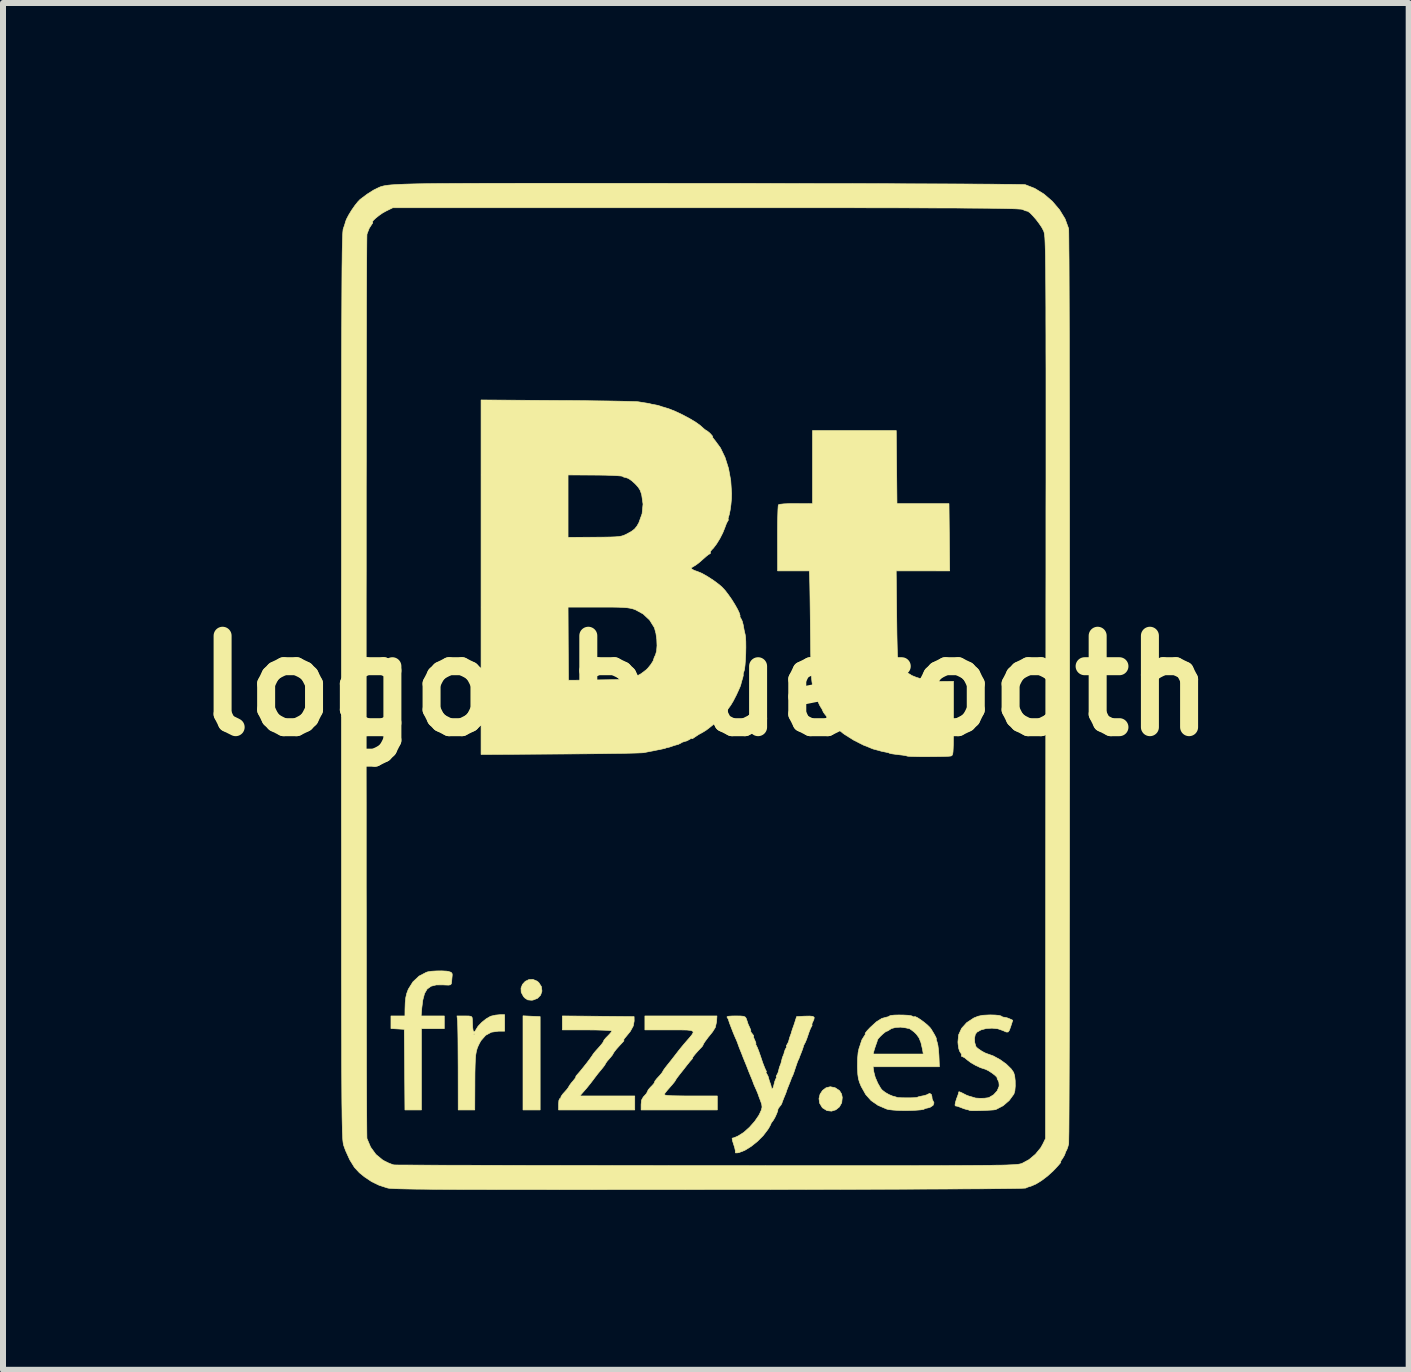
<source format=kicad_pcb>
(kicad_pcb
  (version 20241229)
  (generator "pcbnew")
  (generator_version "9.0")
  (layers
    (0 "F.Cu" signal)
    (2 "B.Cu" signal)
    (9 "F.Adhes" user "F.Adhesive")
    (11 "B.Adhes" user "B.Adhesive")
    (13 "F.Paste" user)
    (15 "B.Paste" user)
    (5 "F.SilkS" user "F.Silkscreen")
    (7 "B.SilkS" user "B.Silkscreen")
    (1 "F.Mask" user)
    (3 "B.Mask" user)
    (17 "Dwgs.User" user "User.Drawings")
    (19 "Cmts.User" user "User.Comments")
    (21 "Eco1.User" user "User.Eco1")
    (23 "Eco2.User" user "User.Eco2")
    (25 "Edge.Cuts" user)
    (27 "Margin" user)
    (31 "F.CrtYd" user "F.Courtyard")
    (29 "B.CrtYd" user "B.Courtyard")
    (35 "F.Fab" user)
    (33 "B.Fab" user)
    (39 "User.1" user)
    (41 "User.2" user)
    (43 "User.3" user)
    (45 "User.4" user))
  (footprint "logo_bluetooth"
    (layer "F.Cu")
    (at 8.716 8.382)
    (property "Reference" "logo_bluetooth" (at 0 0 0) (layer "F.SilkS") (effects (font (size 1.524 1.524) (thickness 0.3))))
    (attr through_hole)
    (fp_poly (pts (xy -2.905 5.508) (xy -2.762 5.514) (xy -2.762 6.292) (xy -2.762 7.07) (xy -3.048 7.07) (xy -3.048 5.501) (xy -2.905 5.508)) (stroke (width 0.01) (type solid)) (fill yes) (layer "F.SilkS"))
    (fp_poly (pts (xy -2.813 4.923) (xy -2.786 4.945) (xy -2.741 5.015) (xy -2.732 5.089) (xy -2.755 5.157) (xy -2.807 5.21) (xy -2.883 5.239) (xy -2.91 5.241) (xy -2.97 5.235) (xy -3.018 5.203) (xy -3.04 5.179) (xy -3.078 5.108) (xy -3.081 5.039) (xy -3.056 4.976) (xy -3.01 4.926) (xy -2.95 4.897) (xy -2.882 4.894) (xy -2.813 4.923)) (stroke (width 0.01) (type solid)) (fill yes) (layer "F.SilkS"))
    (fp_poly (pts (xy 2.152 6.699) (xy 2.16 6.703) (xy 2.228 6.748) (xy 2.263 6.805) (xy 2.274 6.862) (xy 2.265 6.95) (xy 2.226 7.02) (xy 2.166 7.068) (xy 2.095 7.09) (xy 2.019 7.081) (xy 1.949 7.038) (xy 1.939 7.028) (xy 1.896 6.956) (xy 1.886 6.88) (xy 1.904 6.807) (xy 1.945 6.745) (xy 2.003 6.701) (xy 2.074 6.683) (xy 2.152 6.699)) (stroke (width 0.01) (type solid)) (fill yes) (layer "F.SilkS"))
    (fp_poly (pts (xy -4.324 4.756) (xy -4.295 4.76) (xy -4.246 4.776) (xy -4.228 4.801) (xy -4.228 4.827) (xy -4.234 4.89) (xy -4.238 4.936) (xy -4.243 4.967) (xy -4.256 4.983) (xy -4.287 4.989) (xy -4.347 4.987) (xy -4.382 4.985) (xy -4.495 4.986) (xy -4.581 5.008) (xy -4.645 5.054) (xy -4.689 5.129) (xy -4.718 5.238) (xy -4.735 5.371) (xy -4.746 5.503) (xy -4.36 5.503) (xy -4.36 5.715) (xy -4.741 5.715) (xy -4.741 7.07) (xy -5.016 7.07) (xy -5.021 6.398) (xy -5.027 5.726) (xy -5.249 5.713) (xy -5.249 5.503) (xy -5.016 5.503) (xy -5.015 5.392) (xy -5.011 5.28) (xy -5.002 5.196) (xy -4.986 5.128) (xy -4.961 5.061) (xy -4.958 5.055) (xy -4.883 4.935) (xy -4.781 4.839) (xy -4.66 4.776) (xy -4.636 4.768) (xy -4.575 4.758) (xy -4.491 4.753) (xy -4.402 4.752) (xy -4.324 4.756)) (stroke (width 0.01) (type solid)) (fill yes) (layer "F.SilkS"))
    (fp_poly (pts (xy -3.354 5.757) (xy -3.455 5.757) (xy -3.575 5.774) (xy -3.671 5.826) (xy -3.748 5.914) (xy -3.772 5.956) (xy -3.795 6.003) (xy -3.813 6.048) (xy -3.826 6.097) (xy -3.836 6.155) (xy -3.842 6.23) (xy -3.846 6.326) (xy -3.849 6.451) (xy -3.85 6.611) (xy -3.85 6.662) (xy -3.852 7.07) (xy -4.128 7.07) (xy -4.129 6.366) (xy -4.13 6.194) (xy -4.131 6.032) (xy -4.132 5.886) (xy -4.133 5.81) (xy -3.873 5.81) (xy -3.863 5.821) (xy -3.852 5.81) (xy -3.863 5.8) (xy -3.873 5.81) (xy -4.133 5.81) (xy -4.134 5.762) (xy -4.136 5.666) (xy -4.138 5.603) (xy -4.139 5.583) (xy -4.148 5.503) (xy -4.021 5.503) (xy -3.951 5.504) (xy -3.913 5.51) (xy -3.897 5.526) (xy -3.892 5.558) (xy -3.892 5.567) (xy -3.889 5.638) (xy -3.887 5.692) (xy -3.879 5.749) (xy -3.863 5.77) (xy -3.842 5.752) (xy -3.834 5.734) (xy -3.797 5.675) (xy -3.735 5.61) (xy -3.663 5.552) (xy -3.593 5.511) (xy -3.579 5.506) (xy -3.505 5.489) (xy -3.431 5.482) (xy -3.354 5.482) (xy -3.354 5.757)) (stroke (width 0.01) (type solid)) (fill yes) (layer "F.SilkS"))
    (fp_poly (pts (xy 0.179 5.599) (xy 0.158 5.694) (xy 0.113 5.767) (xy 0.037 5.861) (xy -0.014 5.93) (xy -0.04 5.97) (xy -0.043 5.98) (xy -0.054 6.003) (xy -0.068 6.02) (xy -0.123 6.078) (xy -0.172 6.133) (xy -0.207 6.176) (xy -0.222 6.2) (xy -0.221 6.202) (xy -0.223 6.214) (xy -0.237 6.23) (xy -0.267 6.264) (xy -0.308 6.315) (xy -0.318 6.327) (xy -0.364 6.387) (xy -0.419 6.456) (xy -0.439 6.481) (xy -0.478 6.532) (xy -0.503 6.569) (xy -0.508 6.58) (xy -0.522 6.601) (xy -0.557 6.644) (xy -0.598 6.691) (xy -0.646 6.746) (xy -0.681 6.79) (xy -0.693 6.812) (xy -0.682 6.821) (xy -0.643 6.828) (xy -0.572 6.833) (xy -0.467 6.835) (xy -0.323 6.837) (xy -0.254 6.837) (xy 0.191 6.837) (xy 0.191 7.07) (xy -1.079 7.07) (xy -1.079 6.978) (xy -1.072 6.906) (xy -1.043 6.854) (xy -1.027 6.837) (xy -0.991 6.797) (xy -0.974 6.765) (xy -0.974 6.763) (xy -0.96 6.734) (xy -0.924 6.692) (xy -0.91 6.678) (xy -0.873 6.639) (xy -0.856 6.613) (xy -0.856 6.608) (xy -0.849 6.589) (xy -0.819 6.55) (xy -0.793 6.522) (xy -0.751 6.475) (xy -0.724 6.441) (xy -0.72 6.431) (xy -0.707 6.408) (xy -0.676 6.365) (xy -0.651 6.333) (xy -0.582 6.247) (xy -0.519 6.166) (xy -0.459 6.088) (xy -0.42 6.039) (xy -0.366 5.974) (xy -0.324 5.925) (xy -0.268 5.861) (xy -0.23 5.814) (xy -0.211 5.78) (xy -0.217 5.758) (xy -0.249 5.745) (xy -0.313 5.738) (xy -0.41 5.736) (xy -0.545 5.736) (xy -0.603 5.736) (xy -1.016 5.736) (xy -1.016 5.503) (xy 0.185 5.503) (xy 0.179 5.599)) (stroke (width 0.01) (type solid)) (fill yes) (layer "F.SilkS"))
    (fp_poly (pts (xy -1.196 5.514) (xy -1.195 5.588) (xy -1.21 5.67) (xy -1.259 5.76) (xy -1.33 5.847) (xy -1.361 5.884) (xy -1.37 5.904) (xy -1.368 5.905) (xy -1.366 5.918) (xy -1.38 5.934) (xy -1.438 5.997) (xy -1.49 6.055) (xy -1.527 6.102) (xy -1.543 6.128) (xy -1.544 6.129) (xy -1.555 6.151) (xy -1.587 6.191) (xy -1.607 6.214) (xy -1.646 6.259) (xy -1.669 6.292) (xy -1.672 6.299) (xy -1.685 6.322) (xy -1.717 6.365) (xy -1.741 6.394) (xy -1.798 6.463) (xy -1.857 6.54) (xy -1.873 6.562) (xy -1.926 6.631) (xy -1.988 6.708) (xy -2.019 6.743) (xy -2.101 6.837) (xy -1.185 6.837) (xy -1.185 7.07) (xy -2.455 7.07) (xy -2.455 6.974) (xy -2.45 6.912) (xy -2.436 6.881) (xy -2.431 6.879) (xy -2.416 6.871) (xy -2.419 6.866) (xy -2.413 6.845) (xy -2.385 6.805) (xy -2.359 6.776) (xy -2.317 6.729) (xy -2.291 6.694) (xy -2.286 6.684) (xy -2.273 6.661) (xy -2.241 6.618) (xy -2.22 6.594) (xy -2.185 6.551) (xy -2.167 6.524) (xy -2.168 6.519) (xy -2.165 6.506) (xy -2.139 6.475) (xy -2.136 6.472) (xy -2.098 6.428) (xy -2.045 6.363) (xy -1.987 6.29) (xy -1.935 6.221) (xy -1.898 6.169) (xy -1.894 6.163) (xy -1.88 6.141) (xy -1.862 6.117) (xy -1.834 6.084) (xy -1.787 6.032) (xy -1.764 6.006) (xy -1.726 5.96) (xy -1.706 5.929) (xy -1.705 5.922) (xy -1.696 5.904) (xy -1.665 5.867) (xy -1.64 5.842) (xy -1.597 5.797) (xy -1.57 5.763) (xy -1.566 5.753) (xy -1.586 5.748) (xy -1.642 5.743) (xy -1.728 5.74) (xy -1.837 5.737) (xy -1.962 5.736) (xy -1.979 5.736) (xy -2.392 5.736) (xy -2.392 5.503) (xy -1.196 5.514)) (stroke (width 0.01) (type solid)) (fill yes) (layer "F.SilkS"))
    (fp_poly (pts (xy 4.821 5.488) (xy 4.884 5.494) (xy 4.919 5.503) (xy 4.922 5.505) (xy 4.951 5.522) (xy 4.971 5.524) (xy 5.018 5.533) (xy 5.062 5.55) (xy 5.116 5.575) (xy 5.083 5.677) (xy 5.06 5.742) (xy 5.038 5.771) (xy 5.006 5.771) (xy 4.953 5.747) (xy 4.953 5.747) (xy 4.867 5.717) (xy 4.77 5.707) (xy 4.673 5.713) (xy 4.586 5.736) (xy 4.52 5.773) (xy 4.492 5.809) (xy 4.479 5.872) (xy 4.482 5.945) (xy 4.5 6.008) (xy 4.511 6.025) (xy 4.545 6.053) (xy 4.598 6.089) (xy 4.651 6.118) (xy 4.678 6.129) (xy 4.79 6.169) (xy 4.904 6.231) (xy 5.007 6.305) (xy 5.089 6.385) (xy 5.131 6.445) (xy 5.148 6.503) (xy 5.157 6.584) (xy 5.158 6.672) (xy 5.151 6.752) (xy 5.135 6.805) (xy 5.057 6.912) (xy 4.955 7) (xy 4.842 7.059) (xy 4.826 7.065) (xy 4.792 7.07) (xy 4.73 7.074) (xy 4.652 7.078) (xy 4.569 7.081) (xy 4.491 7.082) (xy 4.431 7.082) (xy 4.399 7.079) (xy 4.397 7.078) (xy 4.373 7.068) (xy 4.348 7.063) (xy 4.3 7.049) (xy 4.244 7.027) (xy 4.195 7.009) (xy 4.163 7.003) (xy 4.162 7.004) (xy 4.153 6.99) (xy 4.16 6.946) (xy 4.18 6.88) (xy 4.195 6.843) (xy 4.211 6.796) (xy 4.216 6.768) (xy 4.23 6.768) (xy 4.269 6.785) (xy 4.288 6.795) (xy 4.345 6.824) (xy 4.391 6.841) (xy 4.399 6.843) (xy 4.442 6.855) (xy 4.456 6.86) (xy 4.499 6.872) (xy 4.567 6.876) (xy 4.641 6.875) (xy 4.703 6.867) (xy 4.721 6.862) (xy 4.797 6.817) (xy 4.856 6.752) (xy 4.887 6.68) (xy 4.889 6.655) (xy 4.884 6.604) (xy 4.869 6.573) (xy 4.868 6.572) (xy 4.855 6.547) (xy 4.858 6.54) (xy 4.848 6.52) (xy 4.813 6.487) (xy 4.762 6.449) (xy 4.707 6.414) (xy 4.659 6.391) (xy 4.642 6.386) (xy 4.577 6.365) (xy 4.496 6.327) (xy 4.417 6.281) (xy 4.357 6.236) (xy 4.356 6.235) (xy 4.312 6.199) (xy 4.277 6.181) (xy 4.273 6.181) (xy 4.258 6.172) (xy 4.261 6.167) (xy 4.262 6.141) (xy 4.25 6.122) (xy 4.229 6.089) (xy 4.215 6.044) (xy 4.205 5.975) (xy 4.202 5.937) (xy 4.213 5.819) (xy 4.263 5.71) (xy 4.348 5.615) (xy 4.465 5.538) (xy 4.471 5.535) (xy 4.539 5.508) (xy 4.613 5.492) (xy 4.707 5.487) (xy 4.741 5.486) (xy 4.821 5.488)) (stroke (width 0.01) (type solid)) (fill yes) (layer "F.SilkS"))
    (fp_poly (pts (xy 3.18 -3.646) (xy 3.186 -3.037) (xy 4.053 -3.037) (xy 4.059 -2.476) (xy 4.065 -1.915) (xy 3.619 -1.916) (xy 3.173 -1.916) (xy 3.181 -1.196) (xy 3.183 -1.025) (xy 3.185 -0.866) (xy 3.188 -0.725) (xy 3.191 -0.607) (xy 3.194 -0.518) (xy 3.197 -0.462) (xy 3.2 -0.445) (xy 3.229 -0.37) (xy 3.259 -0.318) (xy 3.3 -0.268) (xy 3.356 -0.22) (xy 3.425 -0.177) (xy 3.442 -0.168) (xy 3.504 -0.143) (xy 3.573 -0.121) (xy 3.637 -0.104) (xy 3.684 -0.096) (xy 3.704 -0.099) (xy 3.704 -0.1) (xy 3.718 -0.1) (xy 3.731 -0.091) (xy 3.763 -0.082) (xy 3.826 -0.076) (xy 3.908 -0.073) (xy 3.942 -0.073) (xy 4.128 -0.075) (xy 4.128 0.542) (xy 4.127 0.72) (xy 4.127 0.86) (xy 4.126 0.967) (xy 4.123 1.045) (xy 4.12 1.1) (xy 4.115 1.135) (xy 4.107 1.155) (xy 4.098 1.165) (xy 4.086 1.17) (xy 4.086 1.17) (xy 4.051 1.174) (xy 3.986 1.177) (xy 3.897 1.179) (xy 3.795 1.18) (xy 3.686 1.181) (xy 3.581 1.181) (xy 3.487 1.179) (xy 3.414 1.177) (xy 3.369 1.174) (xy 3.359 1.172) (xy 3.334 1.165) (xy 3.282 1.156) (xy 3.246 1.152) (xy 3.164 1.142) (xy 3.099 1.133) (xy 3.063 1.125) (xy 3.059 1.122) (xy 3.045 1.116) (xy 3.001 1.106) (xy 2.935 1.093) (xy 2.788 1.053) (xy 2.626 0.988) (xy 2.463 0.905) (xy 2.315 0.812) (xy 2.286 0.791) (xy 2.225 0.742) (xy 2.161 0.686) (xy 2.101 0.631) (xy 2.053 0.582) (xy 2.022 0.546) (xy 2.015 0.529) (xy 2.017 0.529) (xy 2.016 0.516) (xy 1.992 0.483) (xy 1.99 0.482) (xy 1.96 0.441) (xy 1.947 0.413) (xy 1.932 0.38) (xy 1.918 0.36) (xy 1.897 0.324) (xy 1.87 0.265) (xy 1.843 0.198) (xy 1.823 0.14) (xy 1.816 0.112) (xy 1.809 0.081) (xy 1.795 0.042) (xy 1.784 0.01) (xy 1.775 -0.026) (xy 1.768 -0.072) (xy 1.762 -0.131) (xy 1.757 -0.207) (xy 1.753 -0.306) (xy 1.75 -0.431) (xy 1.747 -0.586) (xy 1.745 -0.777) (xy 1.743 -0.921) (xy 1.741 -1.102) (xy 1.739 -1.274) (xy 1.737 -1.432) (xy 1.735 -1.569) (xy 1.733 -1.681) (xy 1.731 -1.76) (xy 1.73 -1.799) (xy 1.725 -1.916) (xy 1.196 -1.916) (xy 1.195 -2.455) (xy 1.195 -2.603) (xy 1.196 -2.737) (xy 1.199 -2.851) (xy 1.202 -2.94) (xy 1.206 -2.997) (xy 1.209 -3.017) (xy 1.237 -3.026) (xy 1.301 -3.033) (xy 1.396 -3.037) (xy 1.502 -3.037) (xy 1.778 -3.036) (xy 1.778 -4.255) (xy 3.174 -4.255) (xy 3.18 -3.646)) (stroke (width 0.01) (type solid)) (fill yes) (layer "F.SilkS"))
    (fp_poly (pts (xy 3.294 5.488) (xy 3.368 5.492) (xy 3.423 5.5) (xy 3.445 5.508) (xy 3.468 5.521) (xy 3.471 5.518) (xy 3.486 5.513) (xy 3.523 5.529) (xy 3.575 5.562) (xy 3.634 5.605) (xy 3.69 5.651) (xy 3.735 5.695) (xy 3.757 5.724) (xy 3.808 5.809) (xy 3.836 5.862) (xy 3.843 5.883) (xy 3.841 5.884) (xy 3.842 5.901) (xy 3.856 5.942) (xy 3.856 5.943) (xy 3.868 5.991) (xy 3.878 6.067) (xy 3.885 6.156) (xy 3.886 6.175) (xy 3.893 6.35) (xy 2.788 6.35) (xy 2.8 6.435) (xy 2.823 6.524) (xy 2.865 6.622) (xy 2.915 6.709) (xy 2.938 6.737) (xy 2.985 6.775) (xy 3.051 6.813) (xy 3.116 6.84) (xy 3.136 6.844) (xy 3.178 6.857) (xy 3.186 6.861) (xy 3.212 6.865) (xy 3.266 6.867) (xy 3.335 6.868) (xy 3.408 6.868) (xy 3.471 6.866) (xy 3.514 6.862) (xy 3.524 6.859) (xy 3.544 6.851) (xy 3.601 6.838) (xy 3.635 6.832) (xy 3.679 6.819) (xy 3.697 6.809) (xy 3.732 6.794) (xy 3.76 6.813) (xy 3.768 6.844) (xy 3.773 6.889) (xy 3.782 6.908) (xy 3.803 6.951) (xy 3.788 6.993) (xy 3.74 7.025) (xy 3.703 7.036) (xy 3.664 7.044) (xy 3.651 7.049) (xy 3.632 7.06) (xy 3.578 7.069) (xy 3.501 7.075) (xy 3.407 7.079) (xy 3.306 7.08) (xy 3.207 7.078) (xy 3.118 7.072) (xy 3.049 7.064) (xy 3.016 7.056) (xy 2.869 6.993) (xy 2.755 6.914) (xy 2.665 6.813) (xy 2.591 6.681) (xy 2.589 6.678) (xy 2.561 6.61) (xy 2.543 6.548) (xy 2.533 6.477) (xy 2.528 6.383) (xy 2.527 6.34) (xy 2.529 6.215) (xy 2.536 6.138) (xy 2.789 6.138) (xy 3.625 6.138) (xy 3.611 6.059) (xy 3.586 5.949) (xy 3.554 5.869) (xy 3.51 5.808) (xy 3.472 5.771) (xy 3.426 5.736) (xy 3.395 5.715) (xy 3.39 5.713) (xy 3.36 5.708) (xy 3.334 5.702) (xy 3.248 5.69) (xy 3.163 5.695) (xy 3.094 5.713) (xy 3.065 5.732) (xy 3.03 5.754) (xy 3.016 5.757) (xy 2.991 5.771) (xy 2.95 5.804) (xy 2.906 5.846) (xy 2.872 5.884) (xy 2.86 5.905) (xy 2.854 5.931) (xy 2.838 5.975) (xy 2.816 6.039) (xy 2.802 6.086) (xy 2.789 6.138) (xy 2.536 6.138) (xy 2.538 6.114) (xy 2.552 6.049) (xy 2.57 5.996) (xy 2.581 5.962) (xy 2.582 5.958) (xy 2.601 5.901) (xy 2.637 5.843) (xy 2.642 5.837) (xy 2.659 5.809) (xy 2.655 5.8) (xy 2.66 5.786) (xy 2.688 5.75) (xy 2.735 5.7) (xy 2.742 5.693) (xy 2.844 5.6) (xy 2.934 5.544) (xy 3.008 5.524) (xy 3.008 5.524) (xy 3.046 5.515) (xy 3.057 5.505) (xy 3.084 5.495) (xy 3.14 5.489) (xy 3.214 5.487) (xy 3.294 5.488)) (stroke (width 0.01) (type solid)) (fill yes) (layer "F.SilkS"))
    (fp_poly (pts (xy 0.578 5.504) (xy 0.629 5.509) (xy 0.656 5.521) (xy 0.671 5.541) (xy 0.675 5.551) (xy 0.69 5.594) (xy 0.696 5.615) (xy 0.706 5.643) (xy 0.728 5.69) (xy 0.73 5.694) (xy 0.748 5.736) (xy 0.75 5.757) (xy 0.749 5.757) (xy 0.75 5.77) (xy 0.773 5.8) (xy 0.796 5.83) (xy 0.796 5.842) (xy 0.795 5.858) (xy 0.811 5.898) (xy 0.815 5.905) (xy 0.833 5.948) (xy 0.835 5.969) (xy 0.834 5.969) (xy 0.833 5.982) (xy 0.841 5.995) (xy 0.857 6.027) (xy 0.881 6.087) (xy 0.909 6.167) (xy 0.921 6.202) (xy 0.949 6.286) (xy 0.976 6.355) (xy 0.995 6.4) (xy 1 6.408) (xy 1.011 6.431) (xy 1.005 6.435) (xy 1.003 6.447) (xy 1.013 6.463) (xy 1.037 6.508) (xy 1.044 6.532) (xy 1.059 6.586) (xy 1.067 6.608) (xy 1.084 6.657) (xy 1.088 6.676) (xy 1.099 6.716) (xy 1.114 6.715) (xy 1.129 6.676) (xy 1.134 6.654) (xy 1.149 6.594) (xy 1.166 6.551) (xy 1.17 6.546) (xy 1.18 6.523) (xy 1.175 6.519) (xy 1.172 6.507) (xy 1.181 6.492) (xy 1.202 6.451) (xy 1.214 6.408) (xy 1.227 6.357) (xy 1.238 6.329) (xy 1.252 6.293) (xy 1.262 6.251) (xy 1.275 6.2) (xy 1.286 6.172) (xy 1.302 6.132) (xy 1.307 6.108) (xy 1.324 6.059) (xy 1.337 6.039) (xy 1.349 6.016) (xy 1.344 6.011) (xy 1.341 5.999) (xy 1.352 5.983) (xy 1.376 5.938) (xy 1.383 5.914) (xy 1.398 5.86) (xy 1.406 5.838) (xy 1.423 5.792) (xy 1.427 5.775) (xy 1.441 5.73) (xy 1.446 5.715) (xy 1.461 5.675) (xy 1.481 5.616) (xy 1.486 5.599) (xy 1.513 5.514) (xy 1.638 5.507) (xy 1.729 5.505) (xy 1.783 5.51) (xy 1.806 5.526) (xy 1.803 5.556) (xy 1.789 5.588) (xy 1.77 5.63) (xy 1.768 5.651) (xy 1.769 5.652) (xy 1.771 5.664) (xy 1.762 5.678) (xy 1.744 5.712) (xy 1.721 5.771) (xy 1.704 5.821) (xy 1.681 5.888) (xy 1.66 5.939) (xy 1.65 5.958) (xy 1.631 5.994) (xy 1.629 6.001) (xy 1.621 6.03) (xy 1.607 6.071) (xy 1.585 6.128) (xy 1.566 6.175) (xy 1.557 6.201) (xy 1.557 6.202) (xy 1.546 6.228) (xy 1.542 6.234) (xy 1.529 6.264) (xy 1.509 6.321) (xy 1.492 6.371) (xy 1.47 6.438) (xy 1.451 6.49) (xy 1.442 6.509) (xy 1.428 6.537) (xy 1.427 6.54) (xy 1.418 6.567) (xy 1.398 6.618) (xy 1.372 6.683) (xy 1.361 6.71) (xy 1.346 6.751) (xy 1.343 6.763) (xy 1.332 6.794) (xy 1.31 6.847) (xy 1.303 6.863) (xy 1.282 6.917) (xy 1.269 6.953) (xy 1.268 6.958) (xy 1.254 6.985) (xy 1.231 7.014) (xy 1.207 7.046) (xy 1.201 7.061) (xy 1.198 7.086) (xy 1.18 7.134) (xy 1.155 7.189) (xy 1.128 7.237) (xy 1.112 7.259) (xy 1.089 7.29) (xy 1.085 7.303) (xy 1.075 7.325) (xy 1.05 7.37) (xy 1.032 7.398) (xy 0.955 7.499) (xy 0.859 7.595) (xy 0.755 7.678) (xy 0.65 7.743) (xy 0.555 7.78) (xy 0.53 7.785) (xy 0.495 7.786) (xy 0.491 7.778) (xy 0.492 7.752) (xy 0.481 7.7) (xy 0.465 7.65) (xy 0.446 7.59) (xy 0.438 7.55) (xy 0.44 7.54) (xy 0.467 7.534) (xy 0.516 7.514) (xy 0.539 7.503) (xy 0.631 7.445) (xy 0.726 7.36) (xy 0.814 7.261) (xy 0.882 7.162) (xy 0.895 7.137) (xy 0.925 7.072) (xy 0.937 7.023) (xy 0.931 6.974) (xy 0.908 6.909) (xy 0.896 6.879) (xy 0.881 6.838) (xy 0.877 6.826) (xy 0.866 6.795) (xy 0.844 6.742) (xy 0.834 6.72) (xy 0.81 6.667) (xy 0.795 6.631) (xy 0.793 6.625) (xy 0.784 6.599) (xy 0.765 6.55) (xy 0.742 6.495) (xy 0.726 6.456) (xy 0.712 6.422) (xy 0.709 6.413) (xy 0.698 6.385) (xy 0.679 6.336) (xy 0.657 6.282) (xy 0.641 6.244) (xy 0.628 6.21) (xy 0.624 6.202) (xy 0.614 6.175) (xy 0.595 6.126) (xy 0.573 6.072) (xy 0.557 6.032) (xy 0.542 5.991) (xy 0.538 5.98) (xy 0.527 5.948) (xy 0.505 5.895) (xy 0.495 5.874) (xy 0.472 5.82) (xy 0.457 5.784) (xy 0.455 5.779) (xy 0.445 5.753) (xy 0.427 5.707) (xy 0.426 5.704) (xy 0.396 5.626) (xy 0.381 5.581) (xy 0.378 5.567) (xy 0.366 5.543) (xy 0.355 5.53) (xy 0.353 5.516) (xy 0.377 5.508) (xy 0.433 5.504) (xy 0.495 5.503) (xy 0.578 5.504)) (stroke (width 0.01) (type solid)) (fill yes) (layer "F.SilkS"))
    (fp_poly (pts (xy -2.471 -4.756) (xy -2.241 -4.755) (xy -2.021 -4.753) (xy -1.816 -4.75) (xy -1.63 -4.748) (xy -1.467 -4.745) (xy -1.331 -4.742) (xy -1.225 -4.739) (xy -1.154 -4.737) (xy -1.122 -4.734) (xy -1.05 -4.722) (xy -0.984 -4.712) (xy -0.94 -4.704) (xy -0.921 -4.699) (xy -0.921 -4.699) (xy -0.902 -4.694) (xy -0.858 -4.686) (xy -0.857 -4.686) (xy -0.8 -4.675) (xy -0.762 -4.663) (xy -0.718 -4.648) (xy -0.705 -4.645) (xy -0.617 -4.618) (xy -0.507 -4.574) (xy -0.389 -4.518) (xy -0.272 -4.456) (xy -0.17 -4.395) (xy -0.094 -4.34) (xy -0.084 -4.331) (xy -0.036 -4.288) (xy -0.000377 -4.26) (xy 0.011 -4.255) (xy 0.032 -4.241) (xy 0.07 -4.208) (xy 0.076 -4.202) (xy 0.107 -4.167) (xy 0.115 -4.149) (xy 0.113 -4.149) (xy 0.116 -4.135) (xy 0.142 -4.102) (xy 0.152 -4.09) (xy 0.244 -3.965) (xy 0.32 -3.807) (xy 0.378 -3.624) (xy 0.415 -3.422) (xy 0.429 -3.21) (xy 0.429 -3.207) (xy 0.427 -3.118) (xy 0.418 -3.02) (xy 0.405 -2.927) (xy 0.39 -2.854) (xy 0.383 -2.831) (xy 0.371 -2.79) (xy 0.373 -2.773) (xy 0.374 -2.773) (xy 0.374 -2.76) (xy 0.365 -2.746) (xy 0.345 -2.71) (xy 0.323 -2.653) (xy 0.318 -2.638) (xy 0.282 -2.549) (xy 0.233 -2.453) (xy 0.178 -2.364) (xy 0.124 -2.293) (xy 0.098 -2.267) (xy 0.075 -2.237) (xy 0.076 -2.22) (xy 0.073 -2.202) (xy 0.068 -2.201) (xy 0.043 -2.188) (xy -0.001 -2.152) (xy -0.055 -2.104) (xy -0.117 -2.05) (xy -0.174 -2.008) (xy -0.21 -1.987) (xy -0.242 -1.967) (xy -0.236 -1.947) (xy -0.191 -1.923) (xy -0.138 -1.905) (xy -0.062 -1.873) (xy 0.031 -1.82) (xy 0.131 -1.755) (xy 0.223 -1.686) (xy 0.272 -1.643) (xy 0.321 -1.59) (xy 0.376 -1.518) (xy 0.433 -1.437) (xy 0.485 -1.353) (xy 0.529 -1.275) (xy 0.559 -1.211) (xy 0.571 -1.169) (xy 0.568 -1.158) (xy 0.574 -1.137) (xy 0.588 -1.117) (xy 0.607 -1.077) (xy 0.623 -1.015) (xy 0.627 -0.992) (xy 0.639 -0.925) (xy 0.652 -0.869) (xy 0.655 -0.857) (xy 0.662 -0.813) (xy 0.666 -0.737) (xy 0.667 -0.642) (xy 0.665 -0.537) (xy 0.66 -0.433) (xy 0.653 -0.342) (xy 0.645 -0.275) (xy 0.638 -0.249) (xy 0.624 -0.208) (xy 0.623 -0.191) (xy 0.623 -0.191) (xy 0.624 -0.173) (xy 0.614 -0.13) (xy 0.611 -0.122) (xy 0.594 -0.063) (xy 0.582 -0.016) (xy 0.582 -0.016) (xy 0.569 0.02) (xy 0.542 0.081) (xy 0.507 0.157) (xy 0.498 0.174) (xy 0.457 0.254) (xy 0.416 0.322) (xy 0.368 0.389) (xy 0.305 0.466) (xy 0.248 0.533) (xy 0.203 0.578) (xy 0.14 0.633) (xy 0.07 0.69) (xy 0.006 0.739) (xy -0.04 0.768) (xy -0.042 0.769) (xy -0.123 0.814) (xy -0.192 0.86) (xy -0.199 0.866) (xy -0.226 0.882) (xy -0.233 0.878) (xy -0.246 0.877) (xy -0.267 0.891) (xy -0.317 0.918) (xy -0.344 0.925) (xy -0.392 0.94) (xy -0.413 0.953) (xy -0.454 0.974) (xy -0.478 0.981) (xy -0.532 0.996) (xy -0.554 1.004) (xy -0.607 1.022) (xy -0.628 1.027) (xy -0.66 1.034) (xy -0.667 1.037) (xy -0.684 1.044) (xy -0.699 1.047) (xy -0.888 1.086) (xy -0.9 1.088) (xy -0.967 1.101) (xy -1.037 1.115) (xy -1.071 1.117) (xy -1.144 1.12) (xy -1.251 1.123) (xy -1.388 1.126) (xy -1.553 1.128) (xy -1.741 1.131) (xy -1.947 1.133) (xy -2.169 1.135) (xy -2.403 1.137) (xy -2.429 1.137) (xy -3.747 1.145) (xy -3.747 -1.312) (xy -2.297 -1.312) (xy -2.294 -0.704) (xy -2.293 -0.548) (xy -2.292 -0.407) (xy -2.291 -0.286) (xy -2.29 -0.19) (xy -2.29 -0.125) (xy -2.289 -0.095) (xy -2.289 -0.094) (xy -2.265 -0.093) (xy -2.206 -0.093) (xy -2.119 -0.094) (xy -2.012 -0.095) (xy -1.891 -0.097) (xy -1.763 -0.099) (xy -1.637 -0.101) (xy -1.518 -0.103) (xy -1.415 -0.106) (xy -1.335 -0.108) (xy -1.284 -0.11) (xy -1.27 -0.111) (xy -1.179 -0.146) (xy -1.081 -0.201) (xy -0.995 -0.266) (xy -0.971 -0.289) (xy -0.917 -0.355) (xy -0.879 -0.415) (xy -0.865 -0.458) (xy -0.865 -0.46) (xy -0.857 -0.48) (xy -0.839 -0.517) (xy -0.821 -0.58) (xy -0.814 -0.67) (xy -0.818 -0.773) (xy -0.832 -0.874) (xy -0.855 -0.959) (xy -0.861 -0.974) (xy -0.938 -1.097) (xy -1.046 -1.198) (xy -1.175 -1.268) (xy -1.176 -1.269) (xy -1.217 -1.283) (xy -1.259 -1.293) (xy -1.309 -1.301) (xy -1.372 -1.306) (xy -1.456 -1.31) (xy -1.566 -1.312) (xy -1.71 -1.312) (xy -1.795 -1.312) (xy -2.297 -1.312) (xy -3.747 -1.312) (xy -3.747 -2.475) (xy -2.297 -2.475) (xy -1.858 -2.477) (xy -1.709 -2.478) (xy -1.597 -2.48) (xy -1.513 -2.483) (xy -1.451 -2.488) (xy -1.406 -2.496) (xy -1.37 -2.507) (xy -1.336 -2.522) (xy -1.324 -2.528) (xy -1.243 -2.572) (xy -1.19 -2.612) (xy -1.151 -2.659) (xy -1.118 -2.716) (xy -1.063 -2.868) (xy -1.047 -3.029) (xy -1.07 -3.188) (xy -1.095 -3.26) (xy -1.127 -3.31) (xy -1.178 -3.367) (xy -1.236 -3.419) (xy -1.292 -3.457) (xy -1.332 -3.471) (xy -1.372 -3.48) (xy -1.385 -3.491) (xy -1.409 -3.497) (xy -1.47 -3.502) (xy -1.56 -3.507) (xy -1.675 -3.511) (xy -1.807 -3.513) (xy -1.847 -3.513) (xy -2.297 -3.515) (xy -2.297 -2.475) (xy -3.747 -2.475) (xy -3.747 -4.765) (xy -2.471 -4.756)) (stroke (width 0.01) (type solid)) (fill yes) (layer "F.SilkS"))
    (fp_poly (pts (xy -2.3 -8.377) (xy -1.885 -8.376) (xy -1.434 -8.376) (xy -0.946 -8.376) (xy -0.418 -8.375) (xy 0.032 -8.375) (xy 0.5 -8.375) (xy 0.958 -8.374) (xy 1.403 -8.373) (xy 1.833 -8.372) (xy 2.247 -8.372) (xy 2.644 -8.371) (xy 3.02 -8.37) (xy 3.374 -8.368) (xy 3.705 -8.367) (xy 4.011 -8.366) (xy 4.289 -8.365) (xy 4.538 -8.363) (xy 4.757 -8.362) (xy 4.942 -8.36) (xy 5.093 -8.359) (xy 5.208 -8.357) (xy 5.284 -8.356) (xy 5.321 -8.354) (xy 5.323 -8.354) (xy 5.482 -8.292) (xy 5.636 -8.197) (xy 5.776 -8.076) (xy 5.895 -7.936) (xy 5.988 -7.784) (xy 6.045 -7.628) (xy 6.047 -7.62) (xy 6.049 -7.593) (xy 6.05 -7.525) (xy 6.051 -7.419) (xy 6.052 -7.276) (xy 6.054 -7.098) (xy 6.055 -6.887) (xy 6.056 -6.644) (xy 6.057 -6.372) (xy 6.058 -6.073) (xy 6.059 -5.747) (xy 6.059 -5.398) (xy 6.06 -5.026) (xy 6.061 -4.635) (xy 6.061 -4.224) (xy 6.062 -3.798) (xy 6.062 -3.356) (xy 6.063 -2.902) (xy 6.063 -2.436) (xy 6.063 -1.961) (xy 6.064 -1.479) (xy 6.064 -0.991) (xy 6.064 -0.5) (xy 6.064 -0.006) (xy 6.064 0.487) (xy 6.064 0.979) (xy 6.064 1.467) (xy 6.063 1.95) (xy 6.063 2.425) (xy 6.063 2.891) (xy 6.062 3.346) (xy 6.062 3.789) (xy 6.061 4.217) (xy 6.061 4.628) (xy 6.06 5.021) (xy 6.06 5.394) (xy 6.059 5.744) (xy 6.058 6.071) (xy 6.057 6.373) (xy 6.056 6.647) (xy 6.055 6.891) (xy 6.054 7.104) (xy 6.053 7.285) (xy 6.052 7.43) (xy 6.05 7.539) (xy 6.049 7.609) (xy 6.048 7.639) (xy 6.047 7.639) (xy 6.032 7.695) (xy 6.017 7.733) (xy 6.016 7.735) (xy 6.001 7.763) (xy 5.999 7.768) (xy 5.979 7.823) (xy 5.945 7.881) (xy 5.931 7.9) (xy 5.913 7.929) (xy 5.918 7.938) (xy 5.912 7.951) (xy 5.881 7.988) (xy 5.831 8.043) (xy 5.789 8.087) (xy 5.694 8.173) (xy 5.595 8.248) (xy 5.5 8.306) (xy 5.419 8.341) (xy 5.394 8.347) (xy 5.352 8.362) (xy 5.334 8.372) (xy 5.309 8.374) (xy 5.243 8.377) (xy 5.135 8.379) (xy 4.987 8.381) (xy 4.799 8.383) (xy 4.571 8.385) (xy 4.305 8.386) (xy 4.001 8.388) (xy 3.659 8.389) (xy 3.28 8.391) (xy 2.864 8.392) (xy 2.413 8.393) (xy 1.927 8.394) (xy 1.406 8.395) (xy 0.852 8.396) (xy 0.263 8.396) (xy 0.053 8.396) (xy -0.512 8.397) (xy -1.037 8.397) (xy -1.522 8.397) (xy -1.97 8.398) (xy -2.381 8.398) (xy -2.757 8.397) (xy -3.1 8.397) (xy -3.412 8.397) (xy -3.693 8.396) (xy -3.946 8.396) (xy -4.171 8.395) (xy -4.371 8.394) (xy -4.546 8.393) (xy -4.699 8.391) (xy -4.831 8.39) (xy -4.943 8.388) (xy -5.038 8.386) (xy -5.115 8.384) (xy -5.178 8.382) (xy -5.227 8.379) (xy -5.264 8.377) (xy -5.291 8.374) (xy -5.308 8.37) (xy -5.31 8.37) (xy -5.448 8.325) (xy -5.57 8.266) (xy -5.691 8.185) (xy -5.775 8.117) (xy -5.858 8.027) (xy -5.936 7.901) (xy -6.006 7.747) (xy -6.032 7.675) (xy -6.036 7.664) (xy -6.04 7.651) (xy -6.043 7.637) (xy -6.046 7.618) (xy -6.049 7.595) (xy -6.052 7.565) (xy -6.054 7.528) (xy -6.056 7.482) (xy -6.059 7.426) (xy -6.06 7.359) (xy -6.062 7.278) (xy -6.064 7.184) (xy -6.065 7.074) (xy -6.067 6.947) (xy -6.068 6.802) (xy -6.069 6.638) (xy -6.07 6.453) (xy -6.071 6.246) (xy -6.071 6.016) (xy -6.072 5.761) (xy -6.073 5.48) (xy -6.073 5.171) (xy -6.074 4.834) (xy -6.074 4.468) (xy -6.074 4.07) (xy -6.074 3.639) (xy -6.074 3.174) (xy -6.074 2.675) (xy -6.075 2.138) (xy -6.075 1.564) (xy -6.075 0.951) (xy -6.075 0.297) (xy -6.075 0.02) (xy -5.662 0.02) (xy -5.662 0.51) (xy -5.662 0.997) (xy -5.662 1.482) (xy -5.661 1.96) (xy -5.661 2.431) (xy -5.661 2.893) (xy -5.661 3.344) (xy -5.66 3.782) (xy -5.66 4.205) (xy -5.659 4.611) (xy -5.659 5) (xy -5.658 5.367) (xy -5.658 5.713) (xy -5.657 6.035) (xy -5.657 6.33) (xy -5.656 6.598) (xy -5.655 6.837) (xy -5.654 7.044) (xy -5.653 7.218) (xy -5.652 7.357) (xy -5.651 7.46) (xy -5.65 7.523) (xy -5.649 7.546) (xy -5.588 7.69) (xy -5.5 7.811) (xy -5.39 7.902) (xy -5.361 7.919) (xy -5.292 7.953) (xy -5.231 7.977) (xy -5.202 7.986) (xy -5.177 7.987) (xy -5.111 7.988) (xy -5.007 7.988) (xy -4.866 7.989) (xy -4.689 7.99) (xy -4.48 7.991) (xy -4.239 7.992) (xy -3.969 7.992) (xy -3.672 7.993) (xy -3.348 7.994) (xy -3.001 7.995) (xy -2.631 7.995) (xy -2.241 7.996) (xy -1.833 7.996) (xy -1.408 7.997) (xy -0.968 7.997) (xy -0.515 7.998) (xy -0.052 7.998) (xy 0.005 7.998) (xy 0.557 7.998) (xy 1.068 7.999) (xy 1.54 7.999) (xy 1.974 7.999) (xy 2.372 7.999) (xy 2.736 7.999) (xy 3.067 7.999) (xy 3.367 7.999) (xy 3.638 7.998) (xy 3.88 7.998) (xy 4.097 7.997) (xy 4.288 7.996) (xy 4.457 7.995) (xy 4.603 7.994) (xy 4.73 7.993) (xy 4.839 7.991) (xy 4.93 7.99) (xy 5.007 7.988) (xy 5.07 7.985) (xy 5.121 7.983) (xy 5.162 7.98) (xy 5.194 7.977) (xy 5.219 7.974) (xy 5.238 7.97) (xy 5.254 7.966) (xy 5.267 7.962) (xy 5.274 7.959) (xy 5.387 7.898) (xy 5.494 7.808) (xy 5.582 7.701) (xy 5.616 7.641) (xy 5.662 7.546) (xy 5.667 0.037) (xy 5.668 -0.632) (xy 5.668 -1.261) (xy 5.669 -1.85) (xy 5.669 -2.4) (xy 5.669 -2.914) (xy 5.67 -3.391) (xy 5.67 -3.835) (xy 5.67 -4.245) (xy 5.67 -4.623) (xy 5.67 -4.971) (xy 5.67 -5.29) (xy 5.669 -5.581) (xy 5.669 -5.845) (xy 5.668 -6.084) (xy 5.668 -6.299) (xy 5.667 -6.492) (xy 5.666 -6.663) (xy 5.665 -6.815) (xy 5.664 -6.948) (xy 5.662 -7.063) (xy 5.661 -7.163) (xy 5.659 -7.247) (xy 5.657 -7.319) (xy 5.655 -7.378) (xy 5.653 -7.427) (xy 5.651 -7.466) (xy 5.648 -7.497) (xy 5.645 -7.522) (xy 5.642 -7.541) (xy 5.639 -7.556) (xy 5.636 -7.568) (xy 5.632 -7.578) (xy 5.631 -7.581) (xy 5.603 -7.636) (xy 5.559 -7.702) (xy 5.507 -7.771) (xy 5.452 -7.834) (xy 5.404 -7.883) (xy 5.367 -7.91) (xy 5.357 -7.912) (xy 5.331 -7.918) (xy 5.285 -7.937) (xy 5.281 -7.939) (xy 5.27 -7.943) (xy 5.248 -7.946) (xy 5.215 -7.948) (xy 5.17 -7.951) (xy 5.11 -7.953) (xy 5.034 -7.955) (xy 4.941 -7.957) (xy 4.83 -7.959) (xy 4.697 -7.961) (xy 4.544 -7.962) (xy 4.367 -7.963) (xy 4.165 -7.965) (xy 3.937 -7.965) (xy 3.681 -7.966) (xy 3.396 -7.967) (xy 3.08 -7.968) (xy 2.732 -7.968) (xy 2.351 -7.969) (xy 1.934 -7.969) (xy 1.481 -7.969) (xy 0.989 -7.969) (xy 0.458 -7.969) (xy 0 -7.969) (xy -5.218 -7.969) (xy -5.336 -7.911) (xy -5.391 -7.88) (xy -5.448 -7.84) (xy -5.501 -7.798) (xy -5.541 -7.76) (xy -5.56 -7.734) (xy -5.553 -7.726) (xy -5.554 -7.713) (xy -5.571 -7.689) (xy -5.611 -7.627) (xy -5.646 -7.537) (xy -5.649 -7.525) (xy -5.65 -7.5) (xy -5.651 -7.435) (xy -5.652 -7.332) (xy -5.653 -7.191) (xy -5.654 -7.016) (xy -5.655 -6.807) (xy -5.656 -6.568) (xy -5.657 -6.298) (xy -5.657 -6.002) (xy -5.658 -5.679) (xy -5.658 -5.333) (xy -5.659 -4.964) (xy -5.659 -4.575) (xy -5.66 -4.168) (xy -5.66 -3.744) (xy -5.661 -3.306) (xy -5.661 -2.855) (xy -5.661 -2.392) (xy -5.661 -1.921) (xy -5.662 -1.442) (xy -5.662 -0.958) (xy -5.662 -0.47) (xy -5.662 0.02) (xy -6.075 0.02) (xy -6.075 0.01) (xy -6.075 -0.67) (xy -6.075 -1.309) (xy -6.074 -1.908) (xy -6.074 -2.468) (xy -6.074 -2.991) (xy -6.074 -3.478) (xy -6.074 -3.931) (xy -6.073 -4.349) (xy -6.073 -4.736) (xy -6.072 -5.091) (xy -6.072 -5.417) (xy -6.071 -5.714) (xy -6.07 -5.984) (xy -6.069 -6.228) (xy -6.068 -6.447) (xy -6.067 -6.643) (xy -6.066 -6.817) (xy -6.065 -6.969) (xy -6.063 -7.102) (xy -6.062 -7.216) (xy -6.06 -7.313) (xy -6.058 -7.395) (xy -6.056 -7.461) (xy -6.054 -7.514) (xy -6.052 -7.555) (xy -6.049 -7.585) (xy -6.047 -7.606) (xy -6.044 -7.618) (xy -6.044 -7.618) (xy -6.024 -7.675) (xy -6.012 -7.714) (xy -6.011 -7.721) (xy -5.993 -7.773) (xy -5.955 -7.846) (xy -5.905 -7.928) (xy -5.85 -8.007) (xy -5.797 -8.073) (xy -5.764 -8.107) (xy -5.644 -8.197) (xy -5.536 -8.265) (xy -5.501 -8.282) (xy -5.479 -8.293) (xy -5.46 -8.302) (xy -5.441 -8.311) (xy -5.421 -8.319) (xy -5.397 -8.326) (xy -5.37 -8.333) (xy -5.336 -8.339) (xy -5.295 -8.345) (xy -5.245 -8.35) (xy -5.183 -8.354) (xy -5.11 -8.358) (xy -5.022 -8.362) (xy -4.919 -8.365) (xy -4.799 -8.368) (xy -4.659 -8.37) (xy -4.5 -8.372) (xy -4.318 -8.373) (xy -4.113 -8.374) (xy -3.883 -8.375) (xy -3.626 -8.376) (xy -3.341 -8.376) (xy -3.026 -8.377) (xy -2.679 -8.377) (xy -2.3 -8.377)) (stroke (width 0.01) (type solid)) (fill yes) (layer "F.SilkS")))
  (gr_rect
    (start -3 -3)
    (end 20.432 19.784)
    (stroke (width 0.1) (type default))
    (fill no)
    (layer "Edge.Cuts")))
</source>
